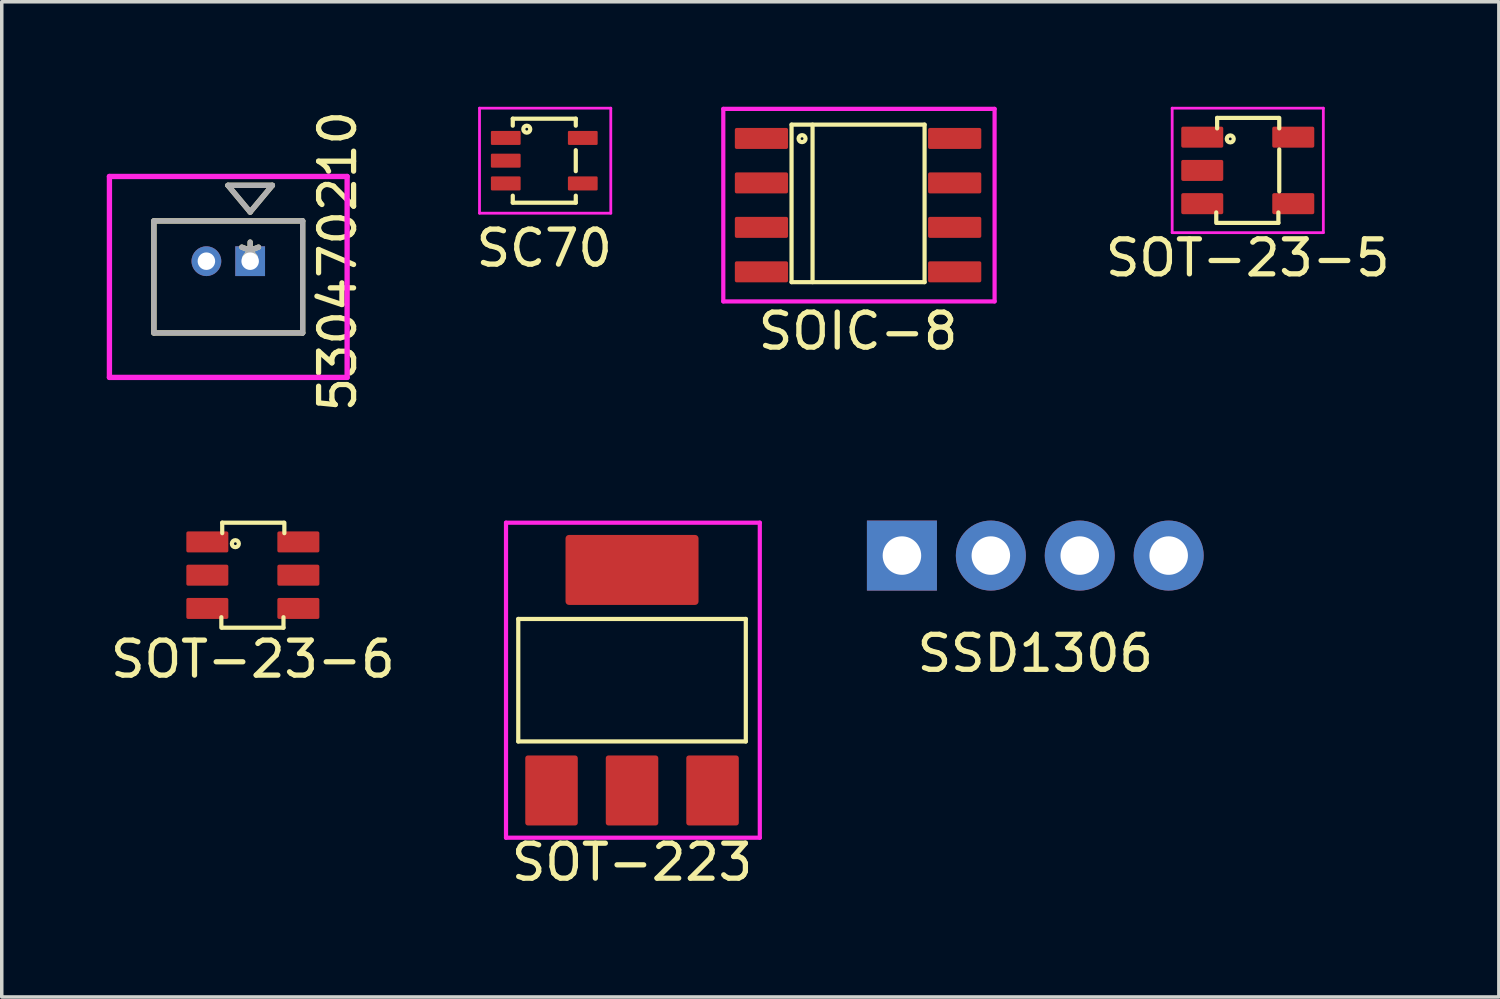
<source format=kicad_pcb>
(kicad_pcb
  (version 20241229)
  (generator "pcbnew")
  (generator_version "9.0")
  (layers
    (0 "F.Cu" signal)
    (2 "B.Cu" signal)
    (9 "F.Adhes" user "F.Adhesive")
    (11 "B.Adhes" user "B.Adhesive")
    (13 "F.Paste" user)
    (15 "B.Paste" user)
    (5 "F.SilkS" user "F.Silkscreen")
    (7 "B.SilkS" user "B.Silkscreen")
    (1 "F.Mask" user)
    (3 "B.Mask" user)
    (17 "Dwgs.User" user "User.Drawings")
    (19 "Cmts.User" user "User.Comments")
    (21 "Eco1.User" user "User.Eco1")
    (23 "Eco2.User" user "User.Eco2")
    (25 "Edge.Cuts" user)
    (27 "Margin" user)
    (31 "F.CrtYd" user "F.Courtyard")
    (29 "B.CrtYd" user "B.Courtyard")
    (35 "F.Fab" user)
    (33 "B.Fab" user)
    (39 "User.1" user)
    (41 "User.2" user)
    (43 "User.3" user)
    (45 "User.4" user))
  (footprint "SOT-23-5"
    (layer "F.Cu")
    (at 32.594 1.818)
    (property "Reference" "SOT-23-5" (at 0 2.5 0) (layer "F.SilkS") (effects (font (size 1 1) (thickness 0.15))))
    (attr through_hole)
    (fp_line (start -0.9 1.5) (end -0.9 1.2) (stroke (width 0.12) (type solid)) (layer "F.SilkS"))
    (fp_line (start -0.875 -1.5) (end 0.875 -1.5) (stroke (width 0.12) (type solid)) (layer "F.SilkS"))
    (fp_line (start -0.875 -1.2) (end -0.875 -1.5) (stroke (width 0.12) (type solid)) (layer "F.SilkS"))
    (fp_line (start 0.875 1.2) (end 0.875 1.5) (stroke (width 0.12) (type solid)) (layer "F.SilkS"))
    (fp_line (start 0.875 1.5) (end -0.875 1.5) (stroke (width 0.12) (type solid)) (layer "F.SilkS"))
    (fp_line (start 0.9 -1.5) (end 0.9 -1.2) (stroke (width 0.12) (type solid)) (layer "F.SilkS"))
    (fp_line (start 0.9 -0.6) (end 0.9 0.6) (stroke (width 0.12) (type solid)) (layer "F.SilkS"))
    (fp_circle (center -0.5 -0.9) (end -0.4 -0.9) (stroke (width 0.12) (type solid)) (fill no) (layer "F.SilkS"))
    (fp_line (start -2.159 -1.778) (end 2.159 -1.778) (stroke (width 0.08) (type solid)) (layer "F.CrtYd"))
    (fp_line (start -2.159 1.778) (end -2.159 -1.778) (stroke (width 0.08) (type solid)) (layer "F.CrtYd"))
    (fp_line (start 2.159 -1.778) (end 2.159 1.778) (stroke (width 0.08) (type solid)) (layer "F.CrtYd"))
    (fp_line (start 2.159 1.778) (end -2.159 1.778) (stroke (width 0.08) (type solid)) (layer "F.CrtYd"))
    (pad "1" smd roundrect (at -1.3 -0.95) (size 1.2 0.6) (layers "F.Cu" "F.Mask" "F.Paste") (roundrect_rratio 0.083))
    (pad "2" smd roundrect (at -1.3 0) (size 1.2 0.6) (layers "F.Cu" "F.Mask" "F.Paste") (roundrect_rratio 0.083))
    (pad "3" smd roundrect (at -1.3 0.95) (size 1.2 0.6) (layers "F.Cu" "F.Mask" "F.Paste") (roundrect_rratio 0.083))
    (pad "4" smd roundrect (at 1.3 0.95) (size 1.2 0.6) (layers "F.Cu" "F.Mask" "F.Paste") (roundrect_rratio 0.083))
    (pad "5" smd roundrect (at 1.3 -0.95) (size 1.2 0.6) (layers "F.Cu" "F.Mask" "F.Paste") (roundrect_rratio 0.083)))
  (footprint "SOT-23-6"
    (layer "F.Cu")
    (at 4.173 13.381)
    (property "Reference" "SOT-23-6" (at 0 2.4 0) (layer "F.SilkS") (effects (font (size 1 1) (thickness 0.15))))
    (attr through_hole)
    (fp_line (start -0.9 1.5) (end -0.9 1.2) (stroke (width 0.12) (type solid)) (layer "F.SilkS"))
    (fp_line (start -0.875 -1.5) (end 0.875 -1.5) (stroke (width 0.12) (type solid)) (layer "F.SilkS"))
    (fp_line (start -0.875 -1.2) (end -0.875 -1.5) (stroke (width 0.12) (type solid)) (layer "F.SilkS"))
    (fp_line (start 0.875 1.2) (end 0.875 1.5) (stroke (width 0.12) (type solid)) (layer "F.SilkS"))
    (fp_line (start 0.875 1.5) (end -0.875 1.5) (stroke (width 0.12) (type solid)) (layer "F.SilkS"))
    (fp_line (start 0.9 -1.5) (end 0.9 -1.2) (stroke (width 0.12) (type solid)) (layer "F.SilkS"))
    (fp_circle (center -0.5 -0.9) (end -0.4 -0.9) (stroke (width 0.12) (type solid)) (fill no) (layer "F.SilkS"))
    (pad "1" smd roundrect (at -1.3 -0.95) (size 1.2 0.6) (layers "F.Cu" "F.Mask" "F.Paste") (roundrect_rratio 0.083))
    (pad "2" smd roundrect (at -1.3 0) (size 1.2 0.6) (layers "F.Cu" "F.Mask" "F.Paste") (roundrect_rratio 0.083))
    (pad "3" smd roundrect (at -1.3 0.95) (size 1.2 0.6) (layers "F.Cu" "F.Mask" "F.Paste") (roundrect_rratio 0.083))
    (pad "4" smd roundrect (at 1.3 0.95) (size 1.2 0.6) (layers "F.Cu" "F.Mask" "F.Paste") (roundrect_rratio 0.083))
    (pad "5" smd roundrect (at 1.3 0) (size 1.2 0.6) (layers "F.Cu" "F.Mask" "F.Paste") (roundrect_rratio 0.083))
    (pad "6" smd roundrect (at 1.3 -0.95) (size 1.2 0.6) (layers "F.Cu" "F.Mask" "F.Paste") (roundrect_rratio 0.083)))
  (footprint "SC70"
    (layer "F.Cu")
    (at 12.498 1.54)
    (property "Reference" "SC70" (at 0 2.5 0) (layer "F.SilkS") (effects (font (size 1 1) (thickness 0.15))))
    (attr through_hole)
    (fp_line (start -0.9 -1.2) (end 0.9 -1.2) (stroke (width 0.12) (type solid)) (layer "F.SilkS"))
    (fp_line (start -0.9 -1) (end -0.9 -1.2) (stroke (width 0.12) (type solid)) (layer "F.SilkS"))
    (fp_line (start -0.9 1.2) (end -0.9 1) (stroke (width 0.12) (type solid)) (layer "F.SilkS"))
    (fp_line (start 0.9 -1.2) (end 0.9 -1) (stroke (width 0.12) (type solid)) (layer "F.SilkS"))
    (fp_line (start 0.9 -0.3) (end 0.9 0.3) (stroke (width 0.12) (type solid)) (layer "F.SilkS"))
    (fp_line (start 0.9 1) (end 0.9 1.2) (stroke (width 0.12) (type solid)) (layer "F.SilkS"))
    (fp_line (start 0.9 1.2) (end -0.9 1.2) (stroke (width 0.12) (type solid)) (layer "F.SilkS"))
    (fp_circle (center -0.5 -0.9) (end -0.5 -0.8) (stroke (width 0.12) (type solid)) (fill no) (layer "F.SilkS"))
    (fp_line (start -1.85 -1.5) (end 1.9 -1.5) (stroke (width 0.08) (type solid)) (layer "F.CrtYd"))
    (fp_line (start -1.85 1.5) (end -1.85 -1.5) (stroke (width 0.08) (type solid)) (layer "F.CrtYd"))
    (fp_line (start 1.9 -1.5) (end 1.9 1.5) (stroke (width 0.08) (type solid)) (layer "F.CrtYd"))
    (fp_line (start 1.9 1.5) (end -1.85 1.5) (stroke (width 0.08) (type solid)) (layer "F.CrtYd"))
    (pad "1" smd roundrect (at -1.1 -0.65) (size 0.85 0.4) (layers "F.Cu" "F.Mask" "F.Paste") (roundrect_rratio 0.083))
    (pad "2" smd roundrect (at -1.1 0) (size 0.85 0.4) (layers "F.Cu" "F.Mask" "F.Paste") (roundrect_rratio 0.083))
    (pad "3" smd roundrect (at -1.1 0.65) (size 0.85 0.4) (layers "F.Cu" "F.Mask" "F.Paste") (roundrect_rratio 0.083))
    (pad "4" smd roundrect (at 1.1 0.65) (size 0.85 0.4) (layers "F.Cu" "F.Mask" "F.Paste") (roundrect_rratio 0.083))
    (pad "5" smd roundrect (at 1.1 -0.65) (size 0.85 0.4) (layers "F.Cu" "F.Mask" "F.Paste") (roundrect_rratio 0.083)))
  (footprint "SOIC-8"
    (layer "F.Cu")
    (at 21.462 2.81)
    (property "Reference" "SOIC-8" (at 0 3.6 0) (layer "F.SilkS") (effects (font (size 1 1) (thickness 0.15))))
    (attr through_hole)
    (fp_line (start -1.9 -2.3) (end -1.9 2.2) (stroke (width 0.12) (type solid)) (layer "F.SilkS"))
    (fp_line (start -1.9 2.2) (end 1.9 2.2) (stroke (width 0.12) (type solid)) (layer "F.SilkS"))
    (fp_line (start -1.3 -2.3) (end -1.3 2.2) (stroke (width 0.12) (type solid)) (layer "F.SilkS"))
    (fp_line (start 1.9 -2.3) (end -1.9 -2.3) (stroke (width 0.12) (type solid)) (layer "F.SilkS"))
    (fp_line (start 1.9 2.2) (end 1.9 -2.3) (stroke (width 0.12) (type solid)) (layer "F.SilkS"))
    (fp_circle (center -1.6 -1.9) (end -1.5 -1.9) (stroke (width 0.12) (type solid)) (fill no) (layer "F.SilkS"))
    (fp_line (start -3.85 -2.75) (end 3.9 -2.75) (stroke (width 0.12) (type solid)) (layer "F.CrtYd"))
    (fp_line (start -3.85 2.75) (end -3.85 -2.75) (stroke (width 0.12) (type solid)) (layer "F.CrtYd"))
    (fp_line (start 3.9 -2.75) (end 3.9 2.75) (stroke (width 0.12) (type solid)) (layer "F.CrtYd"))
    (fp_line (start 3.9 2.75) (end -3.85 2.75) (stroke (width 0.12) (type solid)) (layer "F.CrtYd"))
    (pad "1" smd roundrect (at -2.76 -1.905) (size 1.52 0.6) (layers "F.Cu" "F.Mask" "F.Paste") (roundrect_rratio 0.083))
    (pad "2" smd roundrect (at -2.76 -0.635) (size 1.52 0.6) (layers "F.Cu" "F.Mask" "F.Paste") (roundrect_rratio 0.083))
    (pad "3" smd roundrect (at -2.76 0.635) (size 1.52 0.6) (layers "F.Cu" "F.Mask" "F.Paste") (roundrect_rratio 0.083))
    (pad "4" smd roundrect (at -2.76 1.905) (size 1.52 0.6) (layers "F.Cu" "F.Mask" "F.Paste") (roundrect_rratio 0.083))
    (pad "5" smd roundrect (at 2.76 1.905) (size 1.52 0.6) (layers "F.Cu" "F.Mask" "F.Paste") (roundrect_rratio 0.083))
    (pad "6" smd roundrect (at 2.76 0.635) (size 1.52 0.6) (layers "F.Cu" "F.Mask" "F.Paste") (roundrect_rratio 0.083))
    (pad "7" smd roundrect (at 2.76 -0.635) (size 1.52 0.6) (layers "F.Cu" "F.Mask" "F.Paste") (roundrect_rratio 0.083))
    (pad "8" smd roundrect (at 2.76 -1.905) (size 1.52 0.6) (layers "F.Cu" "F.Mask" "F.Paste") (roundrect_rratio 0.083)))
  (footprint "SOT-223"
    (layer "F.Cu")
    (at 15.005 16.381)
    (property "Reference" "SOT-223" (at 0 5.2 0) (layer "F.SilkS") (effects (font (size 1 1) (thickness 0.15))))
    (attr through_hole)
    (fp_line (start -3.25 -1.75) (end -3.25 1.75) (stroke (width 0.12) (type solid)) (layer "F.SilkS"))
    (fp_line (start 3.25 -1.75) (end -3.25 -1.75) (stroke (width 0.12) (type solid)) (layer "F.SilkS"))
    (fp_line (start 3.25 -1.75) (end 3.25 1.75) (stroke (width 0.12) (type solid)) (layer "F.SilkS"))
    (fp_line (start 3.25 1.75) (end -3.25 1.75) (stroke (width 0.12) (type solid)) (layer "F.SilkS"))
    (fp_line (start -3.6 -4.5) (end 3.65 -4.5) (stroke (width 0.12) (type solid)) (layer "F.CrtYd"))
    (fp_line (start -3.6 4.5) (end -3.6 -4.5) (stroke (width 0.12) (type solid)) (layer "F.CrtYd"))
    (fp_line (start 3.65 -4.5) (end 3.65 4.5) (stroke (width 0.12) (type solid)) (layer "F.CrtYd"))
    (fp_line (start 3.65 4.5) (end -3.6 4.5) (stroke (width 0.12) (type solid)) (layer "F.CrtYd"))
    (pad "1" smd roundrect (at -2.3 3.15) (size 1.5 2) (layers "F.Cu" "F.Mask" "F.Paste") (roundrect_rratio 0.05))
    (pad "2" smd roundrect (at 0 -3.15) (size 3.8 2) (layers "F.Cu" "F.Mask" "F.Paste") (roundrect_rratio 0.05))
    (pad "2" smd roundrect (at 0 3.15) (size 1.5 2) (layers "F.Cu" "F.Mask" "F.Paste") (roundrect_rratio 0.05))
    (pad "3" smd roundrect (at 2.3 3.15) (size 1.5 2) (layers "F.Cu" "F.Mask" "F.Paste") (roundrect_rratio 0.05)))
  (footprint "SSD1306"
    (layer "F.Cu")
    (at 26.525 12.821)
    (property "Reference" "SSD1306" (at 0 2.794 0) (layer "F.SilkS") (effects (font (size 1 1) (thickness 0.15))))
    (attr through_hole)
    (pad "1" thru_hole rect (at -3.81 0) (size 2 2) (drill 1.1) (layers "*.Cu" "*.Mask"))
    (pad "2" thru_hole circle (at -1.27 0) (size 2 2) (drill 1.1) (layers "*.Cu" "*.Mask"))
    (pad "3" thru_hole circle (at 1.27 0) (size 2 2) (drill 1.1) (layers "*.Cu" "*.Mask"))
    (pad "4" thru_hole circle (at 3.81 0) (size 2 2) (drill 1.1) (layers "*.Cu" "*.Mask")))
  (footprint "530470210"
    (layer "F.Cu")
    (at 4.096 4.411)
    (property "Reference" "530470210" (at 2.5 0 270) (layer "F.SilkS") (effects (font (size 1 1) (thickness 0.15))))
    (attr through_hole)
    (fp_line (start -2.75 -1.15) (end -2.75 2.05) (stroke (width 0.152) (type solid)) (layer "F.SilkS"))
    (fp_line (start -2.75 2.05) (end 1.5 2.05) (stroke (width 0.152) (type solid)) (layer "F.SilkS"))
    (fp_line (start -0.635 -2.166) (end 0 -1.404) (stroke (width 0.152) (type solid)) (layer "F.SilkS"))
    (fp_line (start 0 -1.404) (end 0.635 -2.166) (stroke (width 0.152) (type solid)) (layer "F.SilkS"))
    (fp_line (start 0.635 -2.166) (end -0.635 -2.166) (stroke (width 0.152) (type solid)) (layer "F.SilkS"))
    (fp_line (start 1.5 -1.15) (end -2.75 -1.15) (stroke (width 0.152) (type solid)) (layer "F.SilkS"))
    (fp_line (start 1.5 2.05) (end 1.5 -1.15) (stroke (width 0.152) (type solid)) (layer "F.SilkS"))
    (fp_line (start -4.02 -2.42) (end -4.02 3.32) (stroke (width 0.152) (type solid)) (layer "F.CrtYd"))
    (fp_line (start -4.02 3.32) (end 2.77 3.32) (stroke (width 0.152) (type solid)) (layer "F.CrtYd"))
    (fp_line (start 2.77 -2.42) (end -4.02 -2.42) (stroke (width 0.152) (type solid)) (layer "F.CrtYd"))
    (fp_line (start 2.77 3.32) (end 2.77 -2.42) (stroke (width 0.152) (type solid)) (layer "F.CrtYd"))
    (fp_line (start -2.75 -1.15) (end -2.75 2.05) (stroke (width 0.152) (type solid)) (layer "F.Fab"))
    (fp_line (start -2.75 2.05) (end 1.5 2.05) (stroke (width 0.152) (type solid)) (layer "F.Fab"))
    (fp_line (start -0.635 -2.166) (end 0 -1.404) (stroke (width 0.152) (type solid)) (layer "F.Fab"))
    (fp_line (start 0 -1.404) (end 0.635 -2.166) (stroke (width 0.152) (type solid)) (layer "F.Fab"))
    (fp_line (start 0.635 -2.166) (end -0.635 -2.166) (stroke (width 0.152) (type solid)) (layer "F.Fab"))
    (fp_line (start 1.5 -1.15) (end -2.75 -1.15) (stroke (width 0.152) (type solid)) (layer "F.Fab"))
    (fp_line (start 1.5 2.05) (end 1.5 -1.15) (stroke (width 0.152) (type solid)) (layer "F.Fab"))
    (fp_text user "*" (at 0 0 0) (layer "F.SilkS") (effects (font (size 1 1) (thickness 0.15))))
    (fp_text user "*" (at 0 0 0) (layer "F.Fab") (effects (font (size 1 1) (thickness 0.15))))
    (pad "1" thru_hole rect (at 0 0) (size 0.85 0.85) (drill 0.5) (layers "*.Cu" "*.Mask"))
    (pad "2" thru_hole circle (at -1.25 0) (size 0.85 0.85) (drill 0.5) (layers "*.Cu" "*.Mask")))
  (gr_rect
    (start -3 -3)
    (end 39.767 25.43)
    (stroke (width 0.1) (type default))
    (fill no)
    (layer "Edge.Cuts")))
</source>
